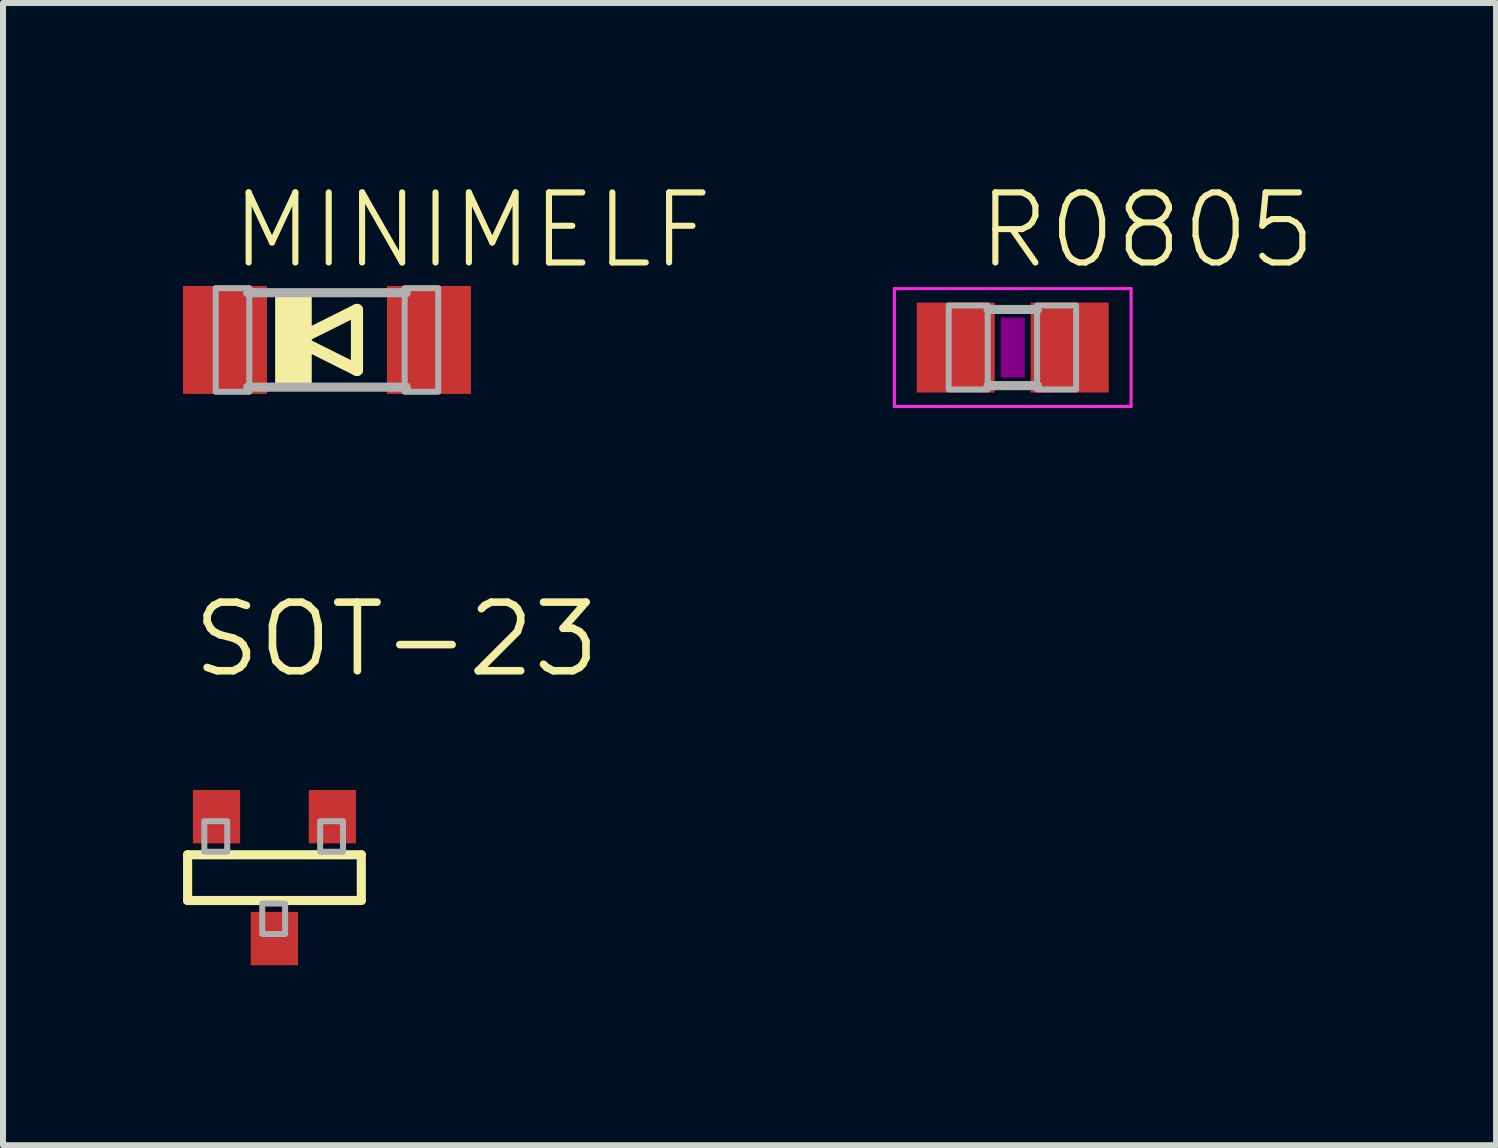
<source format=kicad_pcb>
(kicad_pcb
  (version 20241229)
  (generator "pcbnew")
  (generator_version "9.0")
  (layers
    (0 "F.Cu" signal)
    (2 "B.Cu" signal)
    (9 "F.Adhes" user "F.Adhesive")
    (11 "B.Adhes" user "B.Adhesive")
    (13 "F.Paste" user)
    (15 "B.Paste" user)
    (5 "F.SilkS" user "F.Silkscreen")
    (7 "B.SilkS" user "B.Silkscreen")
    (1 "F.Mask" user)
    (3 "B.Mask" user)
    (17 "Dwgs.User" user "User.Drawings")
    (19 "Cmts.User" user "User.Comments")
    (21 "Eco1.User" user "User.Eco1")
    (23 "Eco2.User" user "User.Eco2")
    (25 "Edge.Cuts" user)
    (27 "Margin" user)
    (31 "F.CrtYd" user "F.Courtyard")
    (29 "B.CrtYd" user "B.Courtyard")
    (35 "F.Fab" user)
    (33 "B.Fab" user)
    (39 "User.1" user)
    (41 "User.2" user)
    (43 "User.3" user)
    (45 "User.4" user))
  (footprint "MINIMELF"
    (layer "F.Cu")
    (at 2.4 2.616)
    (property "Reference" "MINIMELF" (at -1.651 -1.143 0) (layer "F.SilkS") (effects (font (size 1.168 1.168) (thickness 0.102)) (justify left bottom)))
    (fp_line (start -0.5 0) (end 0.5 0.5) (stroke (width 0.203) (type solid)) (layer "F.SilkS"))
    (fp_line (start 0.5 -0.5) (end -0.5 0) (stroke (width 0.203) (type solid)) (layer "F.SilkS"))
    (fp_line (start 0.5 0.5) (end 0.5 -0.5) (stroke (width 0.203) (type solid)) (layer "F.SilkS"))
    (fp_poly (pts (xy -0.864 0.787) (xy -0.254 0.787) (xy -0.254 -0.787) (xy -0.864 -0.787)) (stroke (width 0) (type solid)) (fill yes) (layer "F.SilkS"))
    (fp_line (start 1.321 -0.787) (end -1.321 -0.787) (stroke (width 0.152) (type solid)) (layer "F.Fab"))
    (fp_line (start 1.321 0.787) (end -1.321 0.787) (stroke (width 0.152) (type solid)) (layer "F.Fab"))
    (fp_poly (pts (xy -1.854 0.864) (xy -1.295 0.864) (xy -1.295 -0.864) (xy -1.854 -0.864)) (stroke (width 0.1) (type solid)) (fill no) (layer "F.Fab"))
    (fp_poly (pts (xy 1.295 0.864) (xy 1.854 0.864) (xy 1.854 -0.864) (xy 1.295 -0.864)) (stroke (width 0.1) (type solid)) (fill no) (layer "F.Fab"))
    (pad "A" smd rect (at 1.7 0) (size 1.4 1.8) (layers "F.Cu" "F.Mask" "F.Paste"))
    (pad "C" smd rect (at -1.7 0) (size 1.4 1.8) (layers "F.Cu" "F.Mask" "F.Paste")))
  (footprint "SOT-23"
    (layer "F.Cu")
    (at 1.499 11.578)
    (property "Reference" "SOT-23" (at -1.397 -3.302 0) (layer "F.SilkS") (effects (font (size 1.143 1.143) (thickness 0.127)) (justify left bottom)))
    (fp_line (start -1.422 -0.381) (end 1.473 -0.381) (stroke (width 0.152) (type solid)) (layer "F.SilkS"))
    (fp_line (start -1.422 0.381) (end -1.422 -0.381) (stroke (width 0.152) (type solid)) (layer "F.SilkS"))
    (fp_line (start 1.473 -0.381) (end 1.473 0.381) (stroke (width 0.152) (type solid)) (layer "F.SilkS"))
    (fp_line (start 1.473 0.381) (end -1.422 0.381) (stroke (width 0.152) (type solid)) (layer "F.SilkS"))
    (fp_poly (pts (xy -1.143 -0.432) (xy -0.762 -0.432) (xy -0.762 -0.94) (xy -1.143 -0.94)) (stroke (width 0.1) (type solid)) (fill no) (layer "F.Fab"))
    (fp_poly (pts (xy -0.178 0.94) (xy 0.203 0.94) (xy 0.203 0.432) (xy -0.178 0.432)) (stroke (width 0.1) (type solid)) (fill no) (layer "F.Fab"))
    (fp_poly (pts (xy 0.787 -0.432) (xy 1.168 -0.432) (xy 1.168 -0.94) (xy 0.787 -0.94)) (stroke (width 0.1) (type solid)) (fill no) (layer "F.Fab"))
    (pad "1" smd rect (at 0.025 1.016) (size 0.787 0.889) (layers "F.Cu" "F.Mask" "F.Paste"))
    (pad "2" smd rect (at -0.94 -1.016) (size 0.787 0.889) (layers "F.Cu" "F.Mask" "F.Paste"))
    (pad "3" smd rect (at 0.991 -1.016) (size 0.787 0.889) (layers "F.Cu" "F.Mask" "F.Paste")))
  (footprint "R0805"
    (layer "F.Cu")
    (at 13.83 2.743)
    (property "Reference" "R0805" (at -0.635 -1.27 0) (layer "F.SilkS") (effects (font (size 1.168 1.168) (thickness 0.102)) (justify left bottom)))
    (fp_poly (pts (xy -0.2 0.5) (xy 0.2 0.5) (xy 0.2 -0.5) (xy -0.2 -0.5)) (stroke (width 0) (type solid)) (fill yes) (layer "F.Adhes"))
    (fp_line (start -1.973 -0.983) (end 1.973 -0.983) (stroke (width 0.051) (type solid)) (layer "F.CrtYd"))
    (fp_line (start -1.973 0.983) (end -1.973 -0.983) (stroke (width 0.051) (type solid)) (layer "F.CrtYd"))
    (fp_line (start 1.973 -0.983) (end 1.973 0.983) (stroke (width 0.051) (type solid)) (layer "F.CrtYd"))
    (fp_line (start 1.973 0.983) (end -1.973 0.983) (stroke (width 0.051) (type solid)) (layer "F.CrtYd"))
    (fp_line (start -0.41 -0.635) (end 0.41 -0.635) (stroke (width 0.152) (type solid)) (layer "F.Fab"))
    (fp_line (start -0.41 0.635) (end 0.41 0.635) (stroke (width 0.152) (type solid)) (layer "F.Fab"))
    (fp_poly (pts (xy -1.067 0.699) (xy -0.417 0.699) (xy -0.417 -0.702) (xy -1.067 -0.702)) (stroke (width 0.1) (type solid)) (fill no) (layer "F.Fab"))
    (fp_poly (pts (xy 0.406 0.699) (xy 1.056 0.699) (xy 1.056 -0.702) (xy 0.406 -0.702)) (stroke (width 0.1) (type solid)) (fill no) (layer "F.Fab"))
    (pad "1" smd rect (at -0.95 0) (size 1.3 1.5) (layers "F.Cu" "F.Mask" "F.Paste"))
    (pad "2" smd rect (at 0.95 0) (size 1.3 1.5) (layers "F.Cu" "F.Mask" "F.Paste")))
  (gr_rect
    (start -3 -3)
    (end 21.886 16.038)
    (stroke (width 0.1) (type default))
    (fill no)
    (layer "Edge.Cuts")))
</source>
